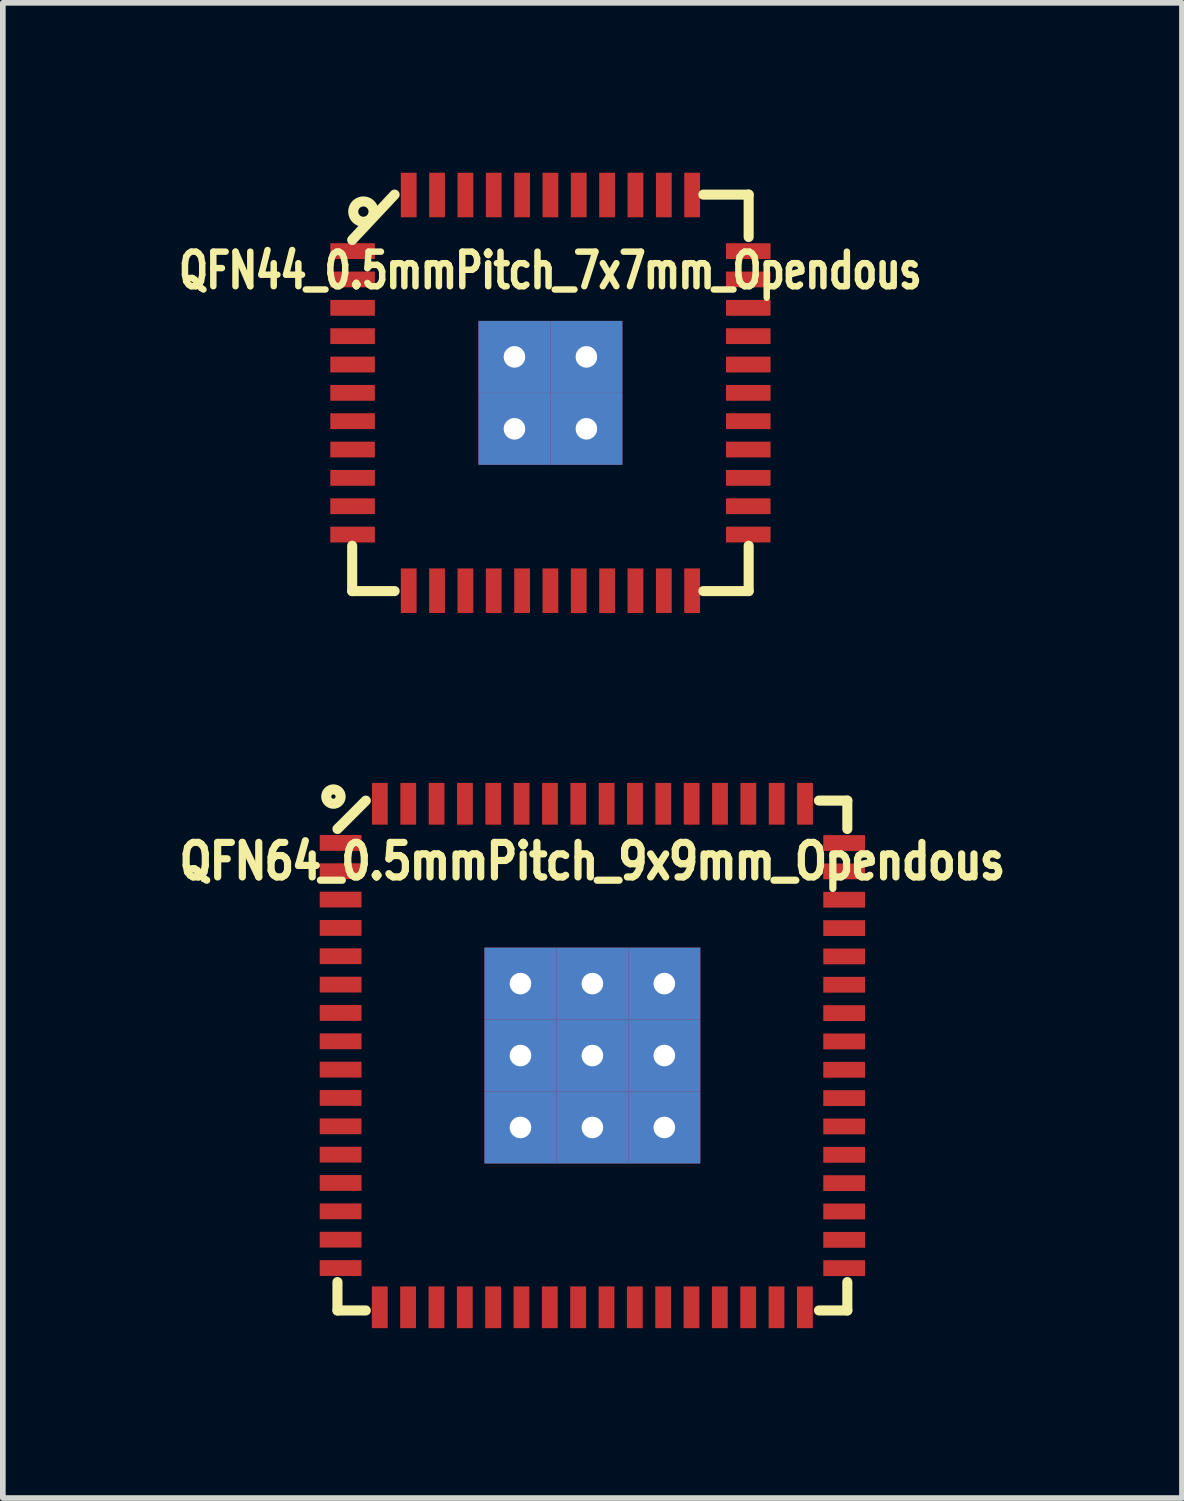
<source format=kicad_pcb>
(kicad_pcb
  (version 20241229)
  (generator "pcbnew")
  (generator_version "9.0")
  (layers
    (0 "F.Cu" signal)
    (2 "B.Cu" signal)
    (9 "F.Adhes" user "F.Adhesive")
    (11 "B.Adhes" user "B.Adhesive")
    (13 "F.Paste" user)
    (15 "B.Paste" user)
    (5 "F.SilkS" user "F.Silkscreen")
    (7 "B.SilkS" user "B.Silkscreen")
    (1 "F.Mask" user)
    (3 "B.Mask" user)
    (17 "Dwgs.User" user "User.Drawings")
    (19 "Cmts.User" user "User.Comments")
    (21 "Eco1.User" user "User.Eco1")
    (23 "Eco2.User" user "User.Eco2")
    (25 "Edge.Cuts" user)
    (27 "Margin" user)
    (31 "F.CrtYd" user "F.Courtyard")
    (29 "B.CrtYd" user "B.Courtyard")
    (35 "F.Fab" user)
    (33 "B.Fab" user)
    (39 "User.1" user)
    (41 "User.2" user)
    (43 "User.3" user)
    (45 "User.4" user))
  (footprint "QFN44_0.5mmPitch_7x7mm_Opendous"
    (layer "F.Cu")
    (at 6.668 3.886)
    (property "Reference" "QFN44_0.5mmPitch_7x7mm_Opendous" (at 0 -2.159 0) (layer "F.SilkS") (effects (font (size 0.61 0.457) (thickness 0.127))))
    (attr smd)
    (fp_line (start -3.5 -2.7) (end -2.751 -3.5) (stroke (width 0.178) (type solid)) (layer "F.SilkS"))
    (fp_line (start -3.5 3.5) (end -3.5 2.7) (stroke (width 0.178) (type solid)) (layer "F.SilkS"))
    (fp_line (start -2.751 3.5) (end -3.5 3.5) (stroke (width 0.178) (type solid)) (layer "F.SilkS"))
    (fp_line (start 2.7 -3.5) (end 3.5 -3.5) (stroke (width 0.178) (type solid)) (layer "F.SilkS"))
    (fp_line (start 3.5 -3.5) (end 3.5 -2.751) (stroke (width 0.178) (type solid)) (layer "F.SilkS"))
    (fp_line (start 3.5 2.7) (end 3.5 3.5) (stroke (width 0.178) (type solid)) (layer "F.SilkS"))
    (fp_line (start 3.5 3.5) (end 2.7 3.5) (stroke (width 0.178) (type solid)) (layer "F.SilkS"))
    (fp_circle (center -3.302 -3.2) (end -3.401 -3.35) (stroke (width 0.178) (type solid)) (fill no) (layer "F.SilkS"))
    (pad "1" smd rect (at -3.493 -2.502 90) (size 0.279 0.787) (layers "F.Cu" "F.Mask" "F.Paste"))
    (pad "2" smd rect (at -3.493 -2.002 90) (size 0.279 0.787) (layers "F.Cu" "F.Mask" "F.Paste"))
    (pad "3" smd rect (at -3.493 -1.501 90) (size 0.279 0.787) (layers "F.Cu" "F.Mask" "F.Paste"))
    (pad "4" smd rect (at -3.493 -1.001 90) (size 0.279 0.787) (layers "F.Cu" "F.Mask" "F.Paste"))
    (pad "5" smd rect (at -3.493 -0.5 90) (size 0.279 0.787) (layers "F.Cu" "F.Mask" "F.Paste"))
    (pad "6" smd rect (at -3.493 0 90) (size 0.279 0.787) (layers "F.Cu" "F.Mask" "F.Paste"))
    (pad "7" smd rect (at -3.493 0.5 90) (size 0.279 0.787) (layers "F.Cu" "F.Mask" "F.Paste"))
    (pad "8" smd rect (at -3.493 1.001 90) (size 0.279 0.787) (layers "F.Cu" "F.Mask" "F.Paste"))
    (pad "9" smd rect (at -3.493 1.501 90) (size 0.279 0.787) (layers "F.Cu" "F.Mask" "F.Paste"))
    (pad "10" smd rect (at -3.493 2.002 90) (size 0.279 0.787) (layers "F.Cu" "F.Mask" "F.Paste"))
    (pad "11" smd rect (at -3.493 2.502 90) (size 0.279 0.787) (layers "F.Cu" "F.Mask" "F.Paste"))
    (pad "12" smd rect (at -2.502 3.493) (size 0.279 0.787) (layers "F.Cu" "F.Mask" "F.Paste"))
    (pad "13" smd rect (at -2.002 3.493) (size 0.279 0.787) (layers "F.Cu" "F.Mask" "F.Paste"))
    (pad "14" smd rect (at -1.501 3.493) (size 0.279 0.787) (layers "F.Cu" "F.Mask" "F.Paste"))
    (pad "15" smd rect (at -1.001 3.493) (size 0.279 0.787) (layers "F.Cu" "F.Mask" "F.Paste"))
    (pad "16" smd rect (at -0.5 3.493) (size 0.279 0.787) (layers "F.Cu" "F.Mask" "F.Paste"))
    (pad "17" smd rect (at 0 3.493) (size 0.279 0.787) (layers "F.Cu" "F.Mask" "F.Paste"))
    (pad "18" smd rect (at 0.5 3.493) (size 0.279 0.787) (layers "F.Cu" "F.Mask" "F.Paste"))
    (pad "19" smd rect (at 1.001 3.493) (size 0.279 0.787) (layers "F.Cu" "F.Mask" "F.Paste"))
    (pad "20" smd rect (at 1.501 3.493) (size 0.279 0.787) (layers "F.Cu" "F.Mask" "F.Paste"))
    (pad "21" smd rect (at 2.002 3.493) (size 0.279 0.787) (layers "F.Cu" "F.Mask" "F.Paste"))
    (pad "22" smd rect (at 2.502 3.493) (size 0.279 0.787) (layers "F.Cu" "F.Mask" "F.Paste"))
    (pad "23" smd rect (at 3.493 2.502 270) (size 0.279 0.787) (layers "F.Cu" "F.Mask" "F.Paste"))
    (pad "24" smd rect (at 3.493 2.002 270) (size 0.279 0.787) (layers "F.Cu" "F.Mask" "F.Paste"))
    (pad "25" smd rect (at 3.493 1.501 270) (size 0.279 0.787) (layers "F.Cu" "F.Mask" "F.Paste"))
    (pad "26" smd rect (at 3.493 1.001 270) (size 0.279 0.787) (layers "F.Cu" "F.Mask" "F.Paste"))
    (pad "27" smd rect (at 3.493 0.5 270) (size 0.279 0.787) (layers "F.Cu" "F.Mask" "F.Paste"))
    (pad "28" smd rect (at 3.493 0 270) (size 0.279 0.787) (layers "F.Cu" "F.Mask" "F.Paste"))
    (pad "29" smd rect (at 3.493 -0.5 270) (size 0.279 0.787) (layers "F.Cu" "F.Mask" "F.Paste"))
    (pad "30" smd rect (at 3.493 -1.001 270) (size 0.279 0.787) (layers "F.Cu" "F.Mask" "F.Paste"))
    (pad "31" smd rect (at 3.493 -1.501 270) (size 0.279 0.787) (layers "F.Cu" "F.Mask" "F.Paste"))
    (pad "32" smd rect (at 3.493 -2.002 270) (size 0.279 0.787) (layers "F.Cu" "F.Mask" "F.Paste"))
    (pad "33" smd rect (at 3.493 -2.502 270) (size 0.279 0.787) (layers "F.Cu" "F.Mask" "F.Paste"))
    (pad "34" smd rect (at 2.502 -3.493) (size 0.279 0.787) (layers "F.Cu" "F.Mask" "F.Paste"))
    (pad "35" smd rect (at 2.002 -3.493) (size 0.279 0.787) (layers "F.Cu" "F.Mask" "F.Paste"))
    (pad "36" smd rect (at 1.501 -3.493) (size 0.279 0.787) (layers "F.Cu" "F.Mask" "F.Paste"))
    (pad "37" smd rect (at 1.001 -3.493) (size 0.279 0.787) (layers "F.Cu" "F.Mask" "F.Paste"))
    (pad "38" smd rect (at 0.5 -3.493) (size 0.279 0.787) (layers "F.Cu" "F.Mask" "F.Paste"))
    (pad "39" smd rect (at 0 -3.493) (size 0.279 0.787) (layers "F.Cu" "F.Mask" "F.Paste"))
    (pad "40" smd rect (at -0.5 -3.493) (size 0.279 0.787) (layers "F.Cu" "F.Mask" "F.Paste"))
    (pad "41" smd rect (at -1.001 -3.493) (size 0.279 0.787) (layers "F.Cu" "F.Mask" "F.Paste"))
    (pad "42" smd rect (at -1.501 -3.493) (size 0.279 0.787) (layers "F.Cu" "F.Mask" "F.Paste"))
    (pad "43" smd rect (at -2.002 -3.493) (size 0.279 0.787) (layers "F.Cu" "F.Mask" "F.Paste"))
    (pad "44" smd rect (at -2.502 -3.493) (size 0.279 0.787) (layers "F.Cu" "F.Mask" "F.Paste"))
    (pad "45" thru_hole rect (at -0.635 -0.635) (size 1.27 1.27) (drill 0.381) (layers "*.Cu" "F.Mask"))
    (pad "45" thru_hole rect (at -0.635 0.635) (size 1.27 1.27) (drill 0.381) (layers "*.Cu" "F.Mask"))
    (pad "45" thru_hole rect (at 0.635 -0.635) (size 1.27 1.27) (drill 0.381) (layers "*.Cu" "F.Mask"))
    (pad "45" thru_hole rect (at 0.635 0.635) (size 1.27 1.27) (drill 0.381) (layers "*.Cu" "F.Mask")))
  (footprint "QFN64_0.5mmPitch_9x9mm_Opendous"
    (layer "F.Cu")
    (at 7.409 15.586)
    (property "Reference" "QFN64_0.5mmPitch_9x9mm_Opendous" (at 0 -3.429 0) (layer "F.SilkS") (effects (font (size 0.61 0.508) (thickness 0.178))))
    (attr smd)
    (fp_line (start -4.501 4) (end -4.501 4.501) (stroke (width 0.178) (type solid)) (layer "F.SilkS"))
    (fp_line (start -4.501 4.501) (end -4 4.501) (stroke (width 0.178) (type solid)) (layer "F.SilkS"))
    (fp_line (start -4 -4.501) (end -4.501 -4) (stroke (width 0.178) (type solid)) (layer "F.SilkS"))
    (fp_line (start 4 4.501) (end 4.501 4.501) (stroke (width 0.178) (type solid)) (layer "F.SilkS"))
    (fp_line (start 4.501 -4.501) (end 4 -4.501) (stroke (width 0.178) (type solid)) (layer "F.SilkS"))
    (fp_line (start 4.501 -4) (end 4.501 -4.501) (stroke (width 0.178) (type solid)) (layer "F.SilkS"))
    (fp_line (start 4.501 4.501) (end 4.501 4) (stroke (width 0.178) (type solid)) (layer "F.SilkS"))
    (fp_circle (center -4.572 -4.572) (end -4.699 -4.572) (stroke (width 0.178) (type solid)) (fill no) (layer "F.SilkS"))
    (pad "1" smd rect (at -4.445 -3.754 90) (size 0.279 0.737) (layers "F.Cu" "F.Mask" "F.Paste"))
    (pad "2" smd rect (at -4.445 -3.254 90) (size 0.279 0.737) (layers "F.Cu" "F.Mask" "F.Paste"))
    (pad "3" smd rect (at -4.445 -2.753 90) (size 0.279 0.737) (layers "F.Cu" "F.Mask" "F.Paste"))
    (pad "4" smd rect (at -4.445 -2.253 90) (size 0.279 0.737) (layers "F.Cu" "F.Mask" "F.Paste"))
    (pad "5" smd rect (at -4.445 -1.753 90) (size 0.279 0.737) (layers "F.Cu" "F.Mask" "F.Paste"))
    (pad "6" smd rect (at -4.445 -1.252 90) (size 0.279 0.737) (layers "F.Cu" "F.Mask" "F.Paste"))
    (pad "7" smd rect (at -4.445 -0.752 90) (size 0.279 0.737) (layers "F.Cu" "F.Mask" "F.Paste"))
    (pad "8" smd rect (at -4.445 -0.251 90) (size 0.279 0.737) (layers "F.Cu" "F.Mask" "F.Paste"))
    (pad "9" smd rect (at -4.445 0.249 90) (size 0.279 0.737) (layers "F.Cu" "F.Mask" "F.Paste"))
    (pad "10" smd rect (at -4.445 0.749 90) (size 0.279 0.737) (layers "F.Cu" "F.Mask" "F.Paste"))
    (pad "11" smd rect (at -4.445 1.25 90) (size 0.279 0.737) (layers "F.Cu" "F.Mask" "F.Paste"))
    (pad "12" smd rect (at -4.445 1.75 90) (size 0.279 0.737) (layers "F.Cu" "F.Mask" "F.Paste"))
    (pad "13" smd rect (at -4.445 2.25 90) (size 0.279 0.737) (layers "F.Cu" "F.Mask" "F.Paste"))
    (pad "14" smd rect (at -4.445 2.751 90) (size 0.279 0.737) (layers "F.Cu" "F.Mask" "F.Paste"))
    (pad "15" smd rect (at -4.445 3.251 90) (size 0.279 0.737) (layers "F.Cu" "F.Mask" "F.Paste"))
    (pad "16" smd rect (at -4.445 3.752 90) (size 0.279 0.737) (layers "F.Cu" "F.Mask" "F.Paste"))
    (pad "17" smd rect (at -3.754 4.445) (size 0.279 0.737) (layers "F.Cu" "F.Mask" "F.Paste"))
    (pad "18" smd rect (at -3.254 4.445) (size 0.279 0.737) (layers "F.Cu" "F.Mask" "F.Paste"))
    (pad "19" smd rect (at -2.753 4.445) (size 0.279 0.737) (layers "F.Cu" "F.Mask" "F.Paste"))
    (pad "20" smd rect (at -2.253 4.445) (size 0.279 0.737) (layers "F.Cu" "F.Mask" "F.Paste"))
    (pad "21" smd rect (at -1.753 4.445) (size 0.279 0.737) (layers "F.Cu" "F.Mask" "F.Paste"))
    (pad "22" smd rect (at -1.252 4.445) (size 0.279 0.737) (layers "F.Cu" "F.Mask" "F.Paste"))
    (pad "23" smd rect (at -0.752 4.445) (size 0.279 0.737) (layers "F.Cu" "F.Mask" "F.Paste"))
    (pad "24" smd rect (at -0.251 4.445) (size 0.279 0.737) (layers "F.Cu" "F.Mask" "F.Paste"))
    (pad "25" smd rect (at 0.249 4.445) (size 0.279 0.737) (layers "F.Cu" "F.Mask" "F.Paste"))
    (pad "26" smd rect (at 0.749 4.445) (size 0.279 0.737) (layers "F.Cu" "F.Mask" "F.Paste"))
    (pad "27" smd rect (at 1.25 4.445) (size 0.279 0.737) (layers "F.Cu" "F.Mask" "F.Paste"))
    (pad "28" smd rect (at 1.75 4.445) (size 0.279 0.737) (layers "F.Cu" "F.Mask" "F.Paste"))
    (pad "29" smd rect (at 2.25 4.445) (size 0.279 0.737) (layers "F.Cu" "F.Mask" "F.Paste"))
    (pad "30" smd rect (at 2.751 4.445) (size 0.279 0.737) (layers "F.Cu" "F.Mask" "F.Paste"))
    (pad "31" smd rect (at 3.251 4.445) (size 0.279 0.737) (layers "F.Cu" "F.Mask" "F.Paste"))
    (pad "32" smd rect (at 3.752 4.445) (size 0.279 0.737) (layers "F.Cu" "F.Mask" "F.Paste"))
    (pad "33" smd rect (at 4.445 3.754 270) (size 0.279 0.737) (layers "F.Cu" "F.Mask" "F.Paste"))
    (pad "34" smd rect (at 4.445 3.254 270) (size 0.279 0.737) (layers "F.Cu" "F.Mask" "F.Paste"))
    (pad "35" smd rect (at 4.445 2.753 270) (size 0.279 0.737) (layers "F.Cu" "F.Mask" "F.Paste"))
    (pad "36" smd rect (at 4.445 2.253 270) (size 0.279 0.737) (layers "F.Cu" "F.Mask" "F.Paste"))
    (pad "37" smd rect (at 4.445 1.753 270) (size 0.279 0.737) (layers "F.Cu" "F.Mask" "F.Paste"))
    (pad "38" smd rect (at 4.445 1.252 270) (size 0.279 0.737) (layers "F.Cu" "F.Mask" "F.Paste"))
    (pad "39" smd rect (at 4.445 0.752 270) (size 0.279 0.737) (layers "F.Cu" "F.Mask" "F.Paste"))
    (pad "40" smd rect (at 4.445 0.251 270) (size 0.279 0.737) (layers "F.Cu" "F.Mask" "F.Paste"))
    (pad "41" smd rect (at 4.445 -0.249 270) (size 0.279 0.737) (layers "F.Cu" "F.Mask" "F.Paste"))
    (pad "42" smd rect (at 4.445 -0.749 270) (size 0.279 0.737) (layers "F.Cu" "F.Mask" "F.Paste"))
    (pad "43" smd rect (at 4.445 -1.25 270) (size 0.279 0.737) (layers "F.Cu" "F.Mask" "F.Paste"))
    (pad "44" smd rect (at 4.445 -1.75 270) (size 0.279 0.737) (layers "F.Cu" "F.Mask" "F.Paste"))
    (pad "45" smd rect (at 4.445 -2.25 270) (size 0.279 0.737) (layers "F.Cu" "F.Mask" "F.Paste"))
    (pad "46" smd rect (at 4.445 -2.751 270) (size 0.279 0.737) (layers "F.Cu" "F.Mask" "F.Paste"))
    (pad "47" smd rect (at 4.445 -3.251 270) (size 0.279 0.737) (layers "F.Cu" "F.Mask" "F.Paste"))
    (pad "48" smd rect (at 4.445 -3.752 270) (size 0.279 0.737) (layers "F.Cu" "F.Mask" "F.Paste"))
    (pad "49" smd rect (at 3.754 -4.445) (size 0.279 0.737) (layers "F.Cu" "F.Mask" "F.Paste"))
    (pad "50" smd rect (at 3.254 -4.445) (size 0.279 0.737) (layers "F.Cu" "F.Mask" "F.Paste"))
    (pad "51" smd rect (at 2.753 -4.445) (size 0.279 0.737) (layers "F.Cu" "F.Mask" "F.Paste"))
    (pad "52" smd rect (at 2.253 -4.445) (size 0.279 0.737) (layers "F.Cu" "F.Mask" "F.Paste"))
    (pad "53" smd rect (at 1.753 -4.445) (size 0.279 0.737) (layers "F.Cu" "F.Mask" "F.Paste"))
    (pad "54" smd rect (at 1.252 -4.445) (size 0.279 0.737) (layers "F.Cu" "F.Mask" "F.Paste"))
    (pad "55" smd rect (at 0.752 -4.445) (size 0.279 0.737) (layers "F.Cu" "F.Mask" "F.Paste"))
    (pad "56" smd rect (at 0.251 -4.445) (size 0.279 0.737) (layers "F.Cu" "F.Mask" "F.Paste"))
    (pad "57" smd rect (at -0.249 -4.445) (size 0.279 0.737) (layers "F.Cu" "F.Mask" "F.Paste"))
    (pad "58" smd rect (at -0.749 -4.445) (size 0.279 0.737) (layers "F.Cu" "F.Mask" "F.Paste"))
    (pad "59" smd rect (at -1.25 -4.445) (size 0.279 0.737) (layers "F.Cu" "F.Mask" "F.Paste"))
    (pad "60" smd rect (at -1.75 -4.445) (size 0.279 0.737) (layers "F.Cu" "F.Mask" "F.Paste"))
    (pad "61" smd rect (at -2.25 -4.445) (size 0.279 0.737) (layers "F.Cu" "F.Mask" "F.Paste"))
    (pad "62" smd rect (at -2.751 -4.445) (size 0.279 0.737) (layers "F.Cu" "F.Mask" "F.Paste"))
    (pad "63" smd rect (at -3.251 -4.445) (size 0.279 0.737) (layers "F.Cu" "F.Mask" "F.Paste"))
    (pad "64" smd rect (at -3.752 -4.445) (size 0.279 0.737) (layers "F.Cu" "F.Mask" "F.Paste"))
    (pad "65" thru_hole rect (at -1.27 -1.27) (size 1.27 1.27) (drill 0.381) (layers "*.Cu" "F.Mask" "F.Paste"))
    (pad "65" thru_hole rect (at -1.27 0) (size 1.27 1.27) (drill 0.381) (layers "*.Cu" "F.Mask" "F.Paste"))
    (pad "65" thru_hole rect (at -1.27 1.27) (size 1.27 1.27) (drill 0.381) (layers "*.Cu" "F.Mask" "F.Paste"))
    (pad "65" thru_hole rect (at 0 -1.27) (size 1.27 1.27) (drill 0.381) (layers "*.Cu" "F.Mask" "F.Paste"))
    (pad "65" thru_hole rect (at 0 0) (size 1.27 1.27) (drill 0.381) (layers "*.Cu" "F.Mask" "F.Paste"))
    (pad "65" thru_hole rect (at 0 1.27) (size 1.27 1.27) (drill 0.381) (layers "*.Cu" "F.Mask" "F.Paste"))
    (pad "65" thru_hole rect (at 1.27 -1.27) (size 1.27 1.27) (drill 0.381) (layers "*.Cu" "F.Mask" "F.Paste"))
    (pad "65" thru_hole rect (at 1.27 0) (size 1.27 1.27) (drill 0.381) (layers "*.Cu" "F.Mask" "F.Paste"))
    (pad "65" thru_hole rect (at 1.27 1.27) (size 1.27 1.27) (drill 0.381) (layers "*.Cu" "F.Mask" "F.Paste")))
  (gr_rect
    (start -3 -3)
    (end 17.818 23.399)
    (stroke (width 0.1) (type default))
    (fill no)
    (layer "Edge.Cuts")))
</source>
